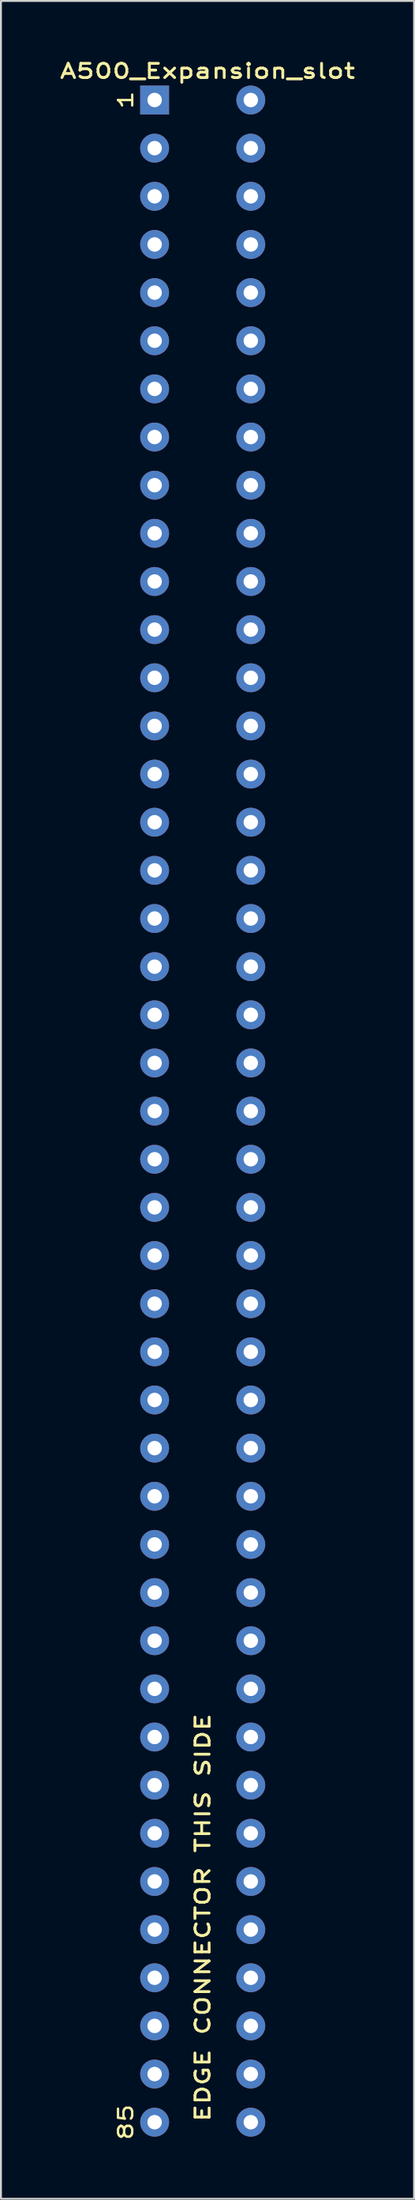
<source format=kicad_pcb>
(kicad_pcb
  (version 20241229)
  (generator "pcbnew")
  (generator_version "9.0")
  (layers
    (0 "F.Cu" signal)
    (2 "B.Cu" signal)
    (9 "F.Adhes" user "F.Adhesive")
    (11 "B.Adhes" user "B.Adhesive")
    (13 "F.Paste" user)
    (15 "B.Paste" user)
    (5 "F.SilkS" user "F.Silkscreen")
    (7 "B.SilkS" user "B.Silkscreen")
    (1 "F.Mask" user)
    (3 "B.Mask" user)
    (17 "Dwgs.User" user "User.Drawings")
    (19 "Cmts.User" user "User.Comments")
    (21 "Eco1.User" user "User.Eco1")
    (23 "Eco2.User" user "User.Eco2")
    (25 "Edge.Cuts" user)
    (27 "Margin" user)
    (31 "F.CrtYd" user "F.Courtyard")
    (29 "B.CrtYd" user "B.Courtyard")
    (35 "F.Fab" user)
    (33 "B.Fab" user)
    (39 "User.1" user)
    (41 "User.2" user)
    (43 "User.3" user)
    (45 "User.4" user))
  (footprint "A500_Expansion_slot"
    (layer "F.Cu")
    (at 5.117 2.226)
    (property "Reference" "A500_Expansion_slot" (at 2.794 -1.524 0) (layer "F.SilkS") (effects (font (size 0.75 1) (thickness 0.15))))
    (attr through_hole)
    (fp_text user "1" (at -1.524 0 90) (layer "F.SilkS") (effects (font (size 0.75 1) (thickness 0.125))))
    (fp_text user "EDGE CONNECTOR THIS SIDE" (at 2.54 95.885 90) (layer "F.SilkS") (effects (font (size 0.75 1) (thickness 0.15))))
    (fp_text user "85" (at -1.524 106.68 90) (layer "F.SilkS") (effects (font (size 0.75 1) (thickness 0.125))))
    (pad "1" thru_hole rect (at 0 0) (size 1.524 1.524) (drill 0.762) (layers "*.Cu" "*.Mask"))
    (pad "2" thru_hole circle (at 5.08 0) (size 1.524 1.524) (drill 0.762) (layers "*.Cu" "*.Mask"))
    (pad "3" thru_hole circle (at 0 2.54) (size 1.524 1.524) (drill 0.762) (layers "*.Cu" "*.Mask"))
    (pad "4" thru_hole circle (at 5.08 2.54) (size 1.524 1.524) (drill 0.762) (layers "*.Cu" "*.Mask"))
    (pad "5" thru_hole circle (at 0 5.08) (size 1.524 1.524) (drill 0.762) (layers "*.Cu" "*.Mask"))
    (pad "6" thru_hole circle (at 5.08 5.08) (size 1.524 1.524) (drill 0.762) (layers "*.Cu" "*.Mask"))
    (pad "7" thru_hole circle (at 0 7.62) (size 1.524 1.524) (drill 0.762) (layers "*.Cu" "*.Mask"))
    (pad "8" thru_hole circle (at 5.08 7.62) (size 1.524 1.524) (drill 0.762) (layers "*.Cu" "*.Mask"))
    (pad "9" thru_hole circle (at 0 10.16) (size 1.524 1.524) (drill 0.762) (layers "*.Cu" "*.Mask"))
    (pad "10" thru_hole circle (at 5.08 10.16) (size 1.524 1.524) (drill 0.762) (layers "*.Cu" "*.Mask"))
    (pad "11" thru_hole circle (at 0 12.7) (size 1.524 1.524) (drill 0.762) (layers "*.Cu" "*.Mask"))
    (pad "12" thru_hole circle (at 5.08 12.7) (size 1.524 1.524) (drill 0.762) (layers "*.Cu" "*.Mask"))
    (pad "13" thru_hole circle (at 0 15.24) (size 1.524 1.524) (drill 0.762) (layers "*.Cu" "*.Mask"))
    (pad "14" thru_hole circle (at 5.08 15.24) (size 1.524 1.524) (drill 0.762) (layers "*.Cu" "*.Mask"))
    (pad "15" thru_hole circle (at 0 17.78) (size 1.524 1.524) (drill 0.762) (layers "*.Cu" "*.Mask"))
    (pad "16" thru_hole circle (at 5.08 17.78) (size 1.524 1.524) (drill 0.762) (layers "*.Cu" "*.Mask"))
    (pad "17" thru_hole circle (at 0 20.32) (size 1.524 1.524) (drill 0.762) (layers "*.Cu" "*.Mask"))
    (pad "18" thru_hole circle (at 5.08 20.32) (size 1.524 1.524) (drill 0.762) (layers "*.Cu" "*.Mask"))
    (pad "19" thru_hole circle (at 0 22.86) (size 1.524 1.524) (drill 0.762) (layers "*.Cu" "*.Mask"))
    (pad "20" thru_hole circle (at 5.08 22.86) (size 1.524 1.524) (drill 0.762) (layers "*.Cu" "*.Mask"))
    (pad "21" thru_hole circle (at 0 25.4) (size 1.524 1.524) (drill 0.762) (layers "*.Cu" "*.Mask"))
    (pad "22" thru_hole circle (at 5.08 25.4) (size 1.524 1.524) (drill 0.762) (layers "*.Cu" "*.Mask"))
    (pad "23" thru_hole circle (at 0 27.94) (size 1.524 1.524) (drill 0.762) (layers "*.Cu" "*.Mask"))
    (pad "24" thru_hole circle (at 5.08 27.94) (size 1.524 1.524) (drill 0.762) (layers "*.Cu" "*.Mask"))
    (pad "25" thru_hole circle (at 0 30.48) (size 1.524 1.524) (drill 0.762) (layers "*.Cu" "*.Mask"))
    (pad "26" thru_hole circle (at 5.08 30.48) (size 1.524 1.524) (drill 0.762) (layers "*.Cu" "*.Mask"))
    (pad "27" thru_hole circle (at 0 33.02) (size 1.524 1.524) (drill 0.762) (layers "*.Cu" "*.Mask"))
    (pad "28" thru_hole circle (at 5.08 33.02) (size 1.524 1.524) (drill 0.762) (layers "*.Cu" "*.Mask"))
    (pad "29" thru_hole circle (at 0 35.56) (size 1.524 1.524) (drill 0.762) (layers "*.Cu" "*.Mask"))
    (pad "30" thru_hole circle (at 5.08 35.56) (size 1.524 1.524) (drill 0.762) (layers "*.Cu" "*.Mask"))
    (pad "31" thru_hole circle (at 0 38.1) (size 1.524 1.524) (drill 0.762) (layers "*.Cu" "*.Mask"))
    (pad "32" thru_hole circle (at 5.08 38.1) (size 1.524 1.524) (drill 0.762) (layers "*.Cu" "*.Mask"))
    (pad "33" thru_hole circle (at 0 40.64) (size 1.524 1.524) (drill 0.762) (layers "*.Cu" "*.Mask"))
    (pad "34" thru_hole circle (at 5.08 40.64) (size 1.524 1.524) (drill 0.762) (layers "*.Cu" "*.Mask"))
    (pad "35" thru_hole circle (at 0 43.18) (size 1.524 1.524) (drill 0.762) (layers "*.Cu" "*.Mask"))
    (pad "36" thru_hole circle (at 5.08 43.18) (size 1.524 1.524) (drill 0.762) (layers "*.Cu" "*.Mask"))
    (pad "37" thru_hole circle (at 0 45.72) (size 1.524 1.524) (drill 0.762) (layers "*.Cu" "*.Mask"))
    (pad "38" thru_hole circle (at 5.08 45.72) (size 1.524 1.524) (drill 0.762) (layers "*.Cu" "*.Mask"))
    (pad "39" thru_hole circle (at 0 48.26) (size 1.524 1.524) (drill 0.762) (layers "*.Cu" "*.Mask"))
    (pad "40" thru_hole circle (at 5.08 48.26) (size 1.524 1.524) (drill 0.762) (layers "*.Cu" "*.Mask"))
    (pad "41" thru_hole circle (at 0 50.8) (size 1.524 1.524) (drill 0.762) (layers "*.Cu" "*.Mask"))
    (pad "42" thru_hole circle (at 5.08 50.8) (size 1.524 1.524) (drill 0.762) (layers "*.Cu" "*.Mask"))
    (pad "43" thru_hole circle (at 0 53.34) (size 1.524 1.524) (drill 0.762) (layers "*.Cu" "*.Mask"))
    (pad "44" thru_hole circle (at 5.08 53.34) (size 1.524 1.524) (drill 0.762) (layers "*.Cu" "*.Mask"))
    (pad "45" thru_hole circle (at 0 55.88) (size 1.524 1.524) (drill 0.762) (layers "*.Cu" "*.Mask"))
    (pad "46" thru_hole circle (at 5.08 55.88) (size 1.524 1.524) (drill 0.762) (layers "*.Cu" "*.Mask"))
    (pad "47" thru_hole circle (at 0 58.42) (size 1.524 1.524) (drill 0.762) (layers "*.Cu" "*.Mask"))
    (pad "48" thru_hole circle (at 5.08 58.42) (size 1.524 1.524) (drill 0.762) (layers "*.Cu" "*.Mask"))
    (pad "49" thru_hole circle (at 0 60.96) (size 1.524 1.524) (drill 0.762) (layers "*.Cu" "*.Mask"))
    (pad "50" thru_hole circle (at 5.08 60.96) (size 1.524 1.524) (drill 0.762) (layers "*.Cu" "*.Mask"))
    (pad "51" thru_hole circle (at 0 63.5) (size 1.524 1.524) (drill 0.762) (layers "*.Cu" "*.Mask"))
    (pad "52" thru_hole circle (at 5.08 63.5) (size 1.524 1.524) (drill 0.762) (layers "*.Cu" "*.Mask"))
    (pad "53" thru_hole circle (at 0 66.04) (size 1.524 1.524) (drill 0.762) (layers "*.Cu" "*.Mask"))
    (pad "54" thru_hole circle (at 5.08 66.04) (size 1.524 1.524) (drill 0.762) (layers "*.Cu" "*.Mask"))
    (pad "55" thru_hole circle (at 0 68.58) (size 1.524 1.524) (drill 0.762) (layers "*.Cu" "*.Mask"))
    (pad "56" thru_hole circle (at 5.08 68.58) (size 1.524 1.524) (drill 0.762) (layers "*.Cu" "*.Mask"))
    (pad "57" thru_hole circle (at 0 71.12) (size 1.524 1.524) (drill 0.762) (layers "*.Cu" "*.Mask"))
    (pad "58" thru_hole circle (at 5.08 71.12) (size 1.524 1.524) (drill 0.762) (layers "*.Cu" "*.Mask"))
    (pad "59" thru_hole circle (at 0 73.66) (size 1.524 1.524) (drill 0.762) (layers "*.Cu" "*.Mask"))
    (pad "60" thru_hole circle (at 5.08 73.66) (size 1.524 1.524) (drill 0.762) (layers "*.Cu" "*.Mask"))
    (pad "61" thru_hole circle (at 0 76.2) (size 1.524 1.524) (drill 0.762) (layers "*.Cu" "*.Mask"))
    (pad "62" thru_hole circle (at 5.08 76.2) (size 1.524 1.524) (drill 0.762) (layers "*.Cu" "*.Mask"))
    (pad "63" thru_hole circle (at 0 78.74) (size 1.524 1.524) (drill 0.762) (layers "*.Cu" "*.Mask"))
    (pad "64" thru_hole circle (at 5.08 78.74) (size 1.524 1.524) (drill 0.762) (layers "*.Cu" "*.Mask"))
    (pad "65" thru_hole circle (at 0 81.28) (size 1.524 1.524) (drill 0.762) (layers "*.Cu" "*.Mask"))
    (pad "66" thru_hole circle (at 5.08 81.28) (size 1.524 1.524) (drill 0.762) (layers "*.Cu" "*.Mask"))
    (pad "67" thru_hole circle (at 0 83.82) (size 1.524 1.524) (drill 0.762) (layers "*.Cu" "*.Mask"))
    (pad "68" thru_hole circle (at 5.08 83.82) (size 1.524 1.524) (drill 0.762) (layers "*.Cu" "*.Mask"))
    (pad "69" thru_hole circle (at 0 86.36) (size 1.524 1.524) (drill 0.762) (layers "*.Cu" "*.Mask"))
    (pad "70" thru_hole circle (at 5.08 86.36) (size 1.524 1.524) (drill 0.762) (layers "*.Cu" "*.Mask"))
    (pad "71" thru_hole circle (at 0 88.9) (size 1.524 1.524) (drill 0.762) (layers "*.Cu" "*.Mask"))
    (pad "72" thru_hole circle (at 5.08 88.9) (size 1.524 1.524) (drill 0.762) (layers "*.Cu" "*.Mask"))
    (pad "73" thru_hole circle (at 0 91.44) (size 1.524 1.524) (drill 0.762) (layers "*.Cu" "*.Mask"))
    (pad "74" thru_hole circle (at 5.08 91.44) (size 1.524 1.524) (drill 0.762) (layers "*.Cu" "*.Mask"))
    (pad "75" thru_hole circle (at 0 93.98) (size 1.524 1.524) (drill 0.762) (layers "*.Cu" "*.Mask"))
    (pad "76" thru_hole circle (at 5.08 93.98) (size 1.524 1.524) (drill 0.762) (layers "*.Cu" "*.Mask"))
    (pad "77" thru_hole circle (at 0 96.52) (size 1.524 1.524) (drill 0.762) (layers "*.Cu" "*.Mask"))
    (pad "78" thru_hole circle (at 5.08 96.52) (size 1.524 1.524) (drill 0.762) (layers "*.Cu" "*.Mask"))
    (pad "79" thru_hole circle (at 0 99.06) (size 1.524 1.524) (drill 0.762) (layers "*.Cu" "*.Mask"))
    (pad "80" thru_hole circle (at 5.08 99.06) (size 1.524 1.524) (drill 0.762) (layers "*.Cu" "*.Mask"))
    (pad "81" thru_hole circle (at 0 101.6) (size 1.524 1.524) (drill 0.762) (layers "*.Cu" "*.Mask"))
    (pad "82" thru_hole circle (at 5.08 101.6) (size 1.524 1.524) (drill 0.762) (layers "*.Cu" "*.Mask"))
    (pad "83" thru_hole circle (at 0 104.14) (size 1.524 1.524) (drill 0.762) (layers "*.Cu" "*.Mask"))
    (pad "84" thru_hole circle (at 5.08 104.14) (size 1.524 1.524) (drill 0.762) (layers "*.Cu" "*.Mask"))
    (pad "85" thru_hole circle (at 0 106.68) (size 1.524 1.524) (drill 0.762) (layers "*.Cu" "*.Mask"))
    (pad "86" thru_hole circle (at 5.08 106.68) (size 1.524 1.524) (drill 0.762) (layers "*.Cu" "*.Mask")))
  (gr_rect
    (start -3 -3)
    (end 18.821 112.946)
    (stroke (width 0.1) (type default))
    (fill no)
    (layer "Edge.Cuts")))
</source>
